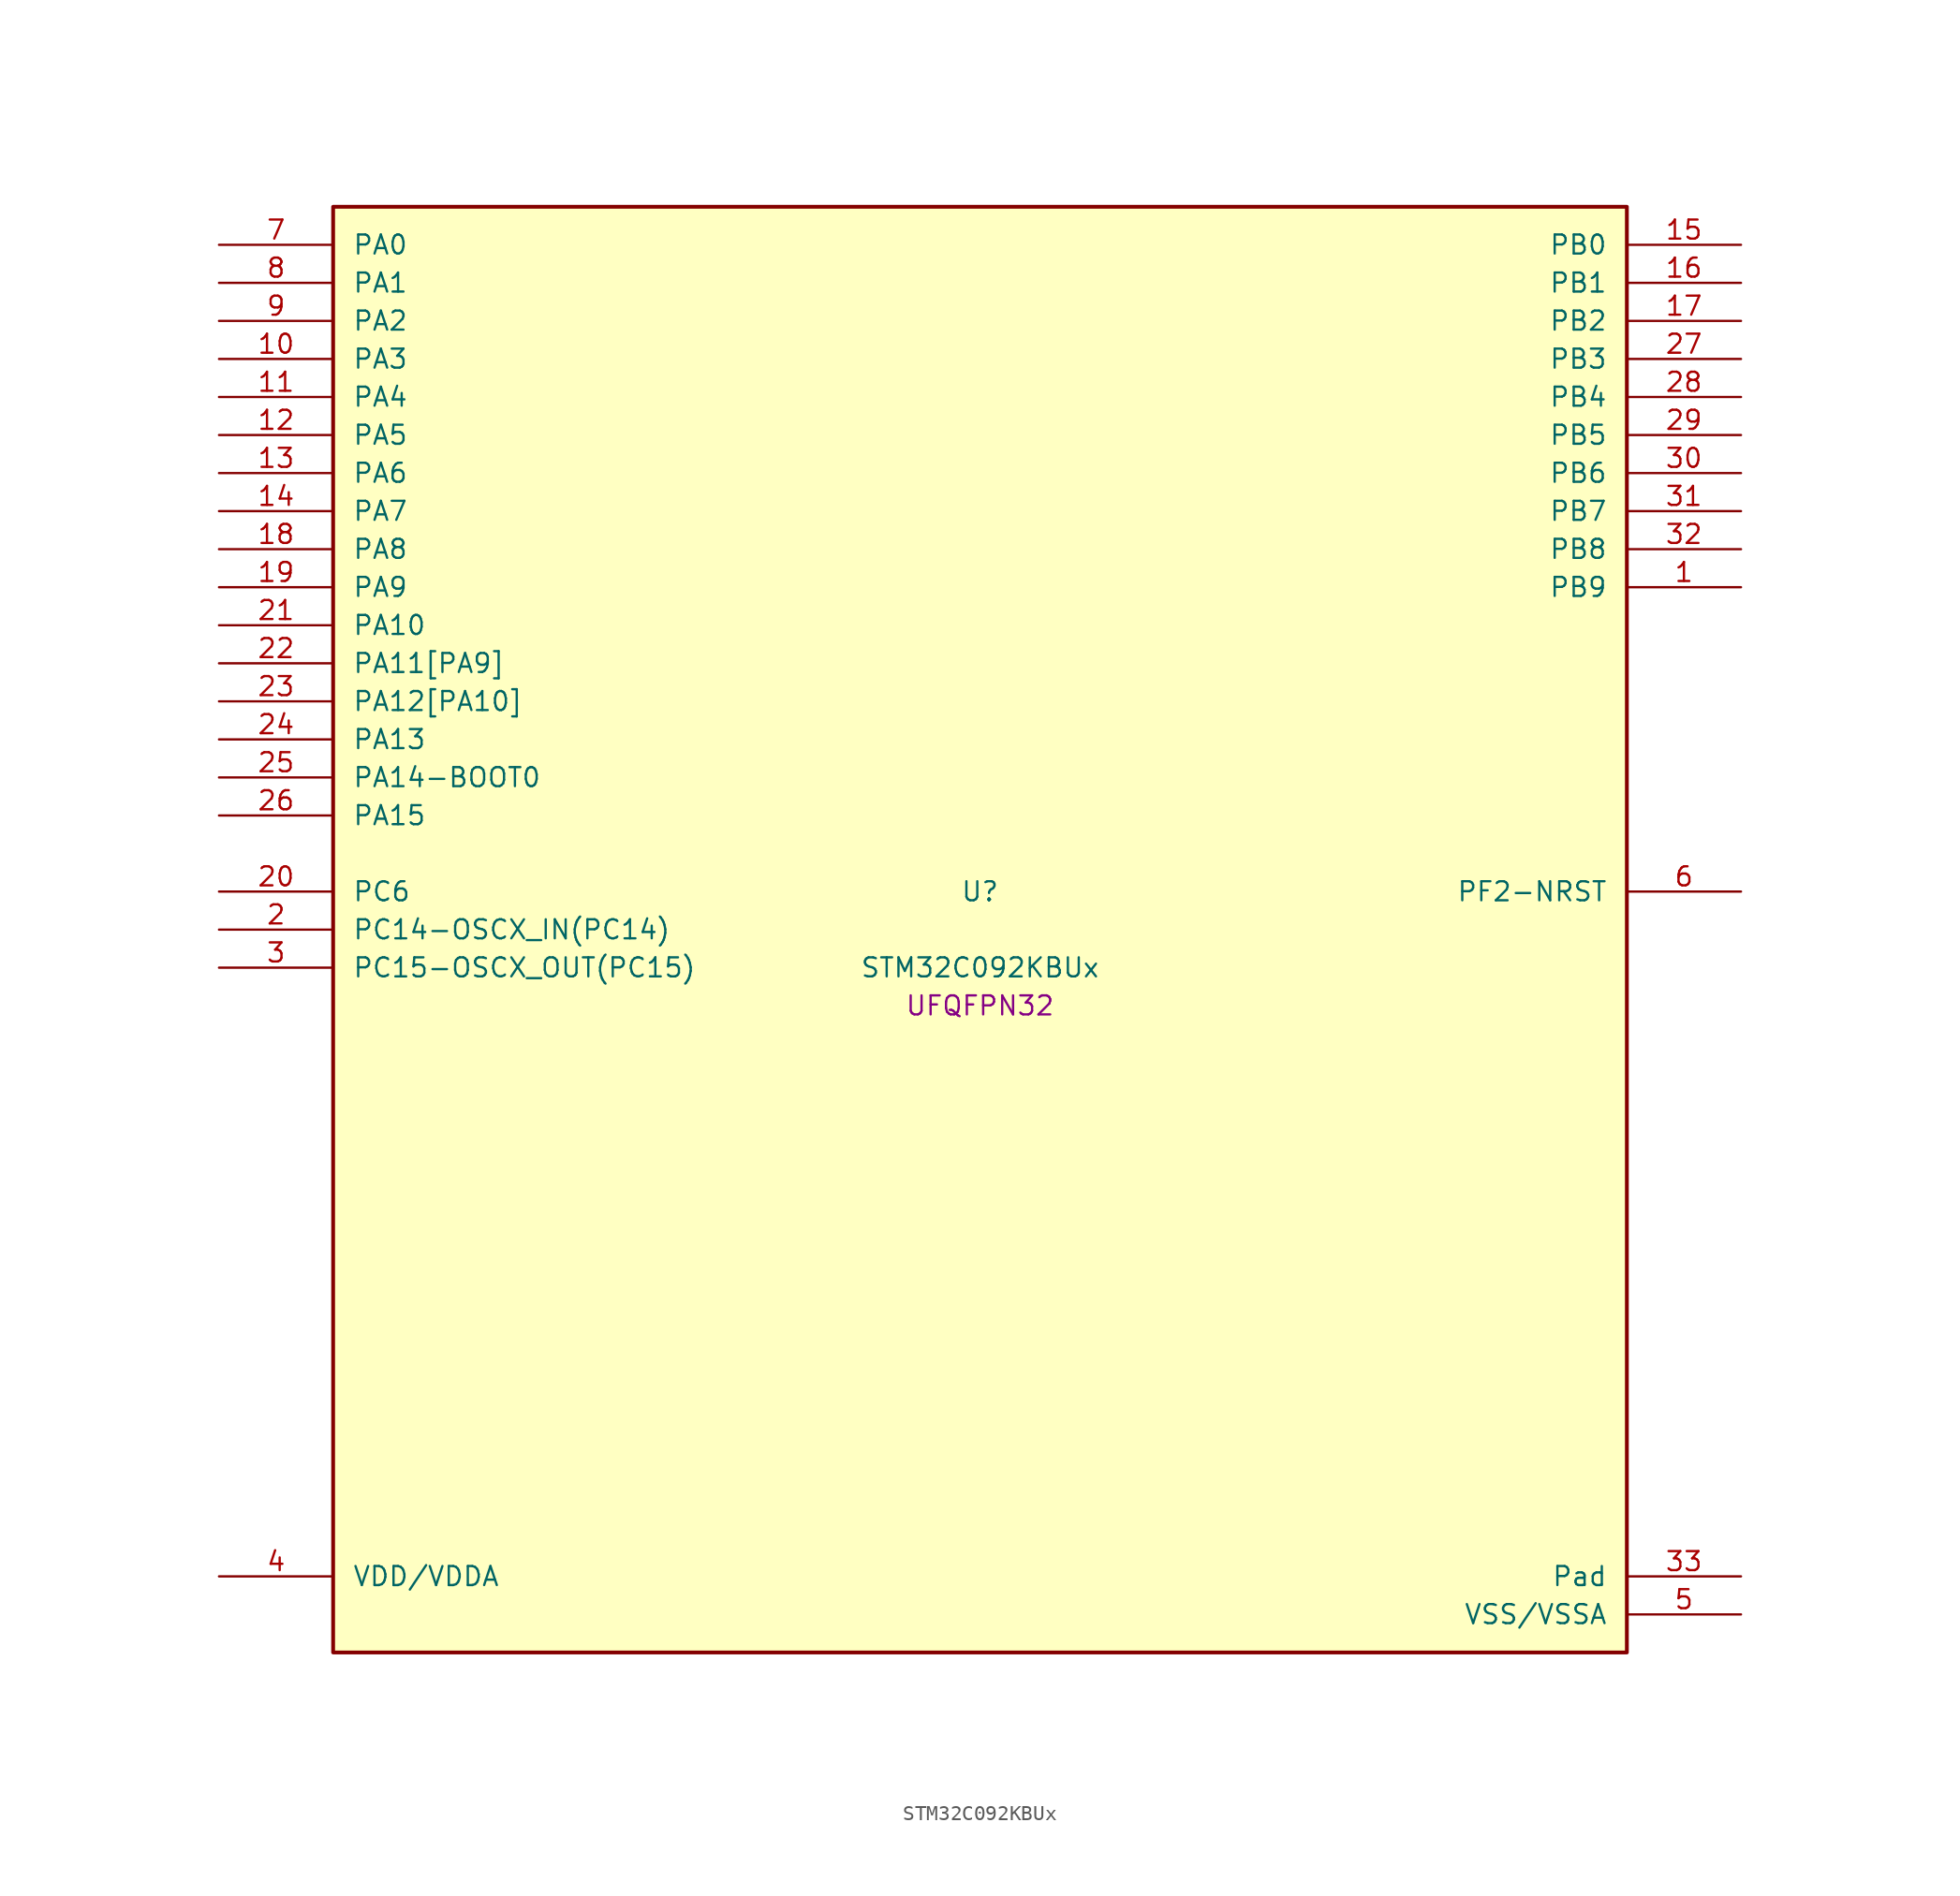
<source format=kicad_sym>
(kicad_symbol_lib
  (version 20241209)
  (generator "stm32_pkl_generator")
  (generator_version "1.0")
  (symbol "STM32C092KBUx"
    (pin_names
      (offset 1.27))
    (property "Reference" "U"
      (at 0 2.54 0))
    (property "Value" "STM32C092KBUx"
      (at 0 -2.54 0))
    (property "Footprint" "UFQFPN32"
      (at 0 -5.08 0))
    (symbol "STM32C092KBUx_1_1"
      (rectangle (start -43.18 48.26) (end 43.18 -48.26) (stroke (width 0.254) (type solid)) (fill (type background)))
      (pin bidirectional line (at -50.8 45.72 0) (length 7.62) (name "PA0") (number "7") (alternate "PA0/ADC1_IN0" bidirectional line) (alternate "PA0/PWR_WKUP1" bidirectional line) (alternate "PA0/SPI2_SCK" bidirectional line) (alternate "PA0/TIM16_CH1" bidirectional line) (alternate "PA0/TIM1_CH1" bidirectional line) (alternate "PA0/TIM2_CH1" bidirectional line) (alternate "PA0/TIM2_ETR" bidirectional line) (alternate "PA0/USART1_TX" bidirectional line) (alternate "PA0/USART2_CTS" bidirectional line) (alternate "PA0/USART2_NSS" bidirectional line) (alternate "PA0/USART4_TX" bidirectional line))
      (pin bidirectional line (at -50.8 43.18 0) (length 7.62) (name "PA1") (number "8") (alternate "PA1/ADC1_IN1" bidirectional line) (alternate "PA1/I2C1_SMBA" bidirectional line) (alternate "PA1/I2S1_CK" bidirectional line) (alternate "PA1/SPI1_SCK" bidirectional line) (alternate "PA1/TIM15_CH1N" bidirectional line) (alternate "PA1/TIM17_CH1" bidirectional line) (alternate "PA1/TIM1_CH2" bidirectional line) (alternate "PA1/TIM2_CH2" bidirectional line) (alternate "PA1/USART1_RX" bidirectional line) (alternate "PA1/USART2_CK" bidirectional line) (alternate "PA1/USART2_DE" bidirectional line) (alternate "PA1/USART2_RTS" bidirectional line) (alternate "PA1/USART4_RX" bidirectional line))
      (pin bidirectional line (at -50.8 40.64 0) (length 7.62) (name "PA2") (number "9") (alternate "PA2/ADC1_IN2" bidirectional line) (alternate "PA2/I2S1_SD" bidirectional line) (alternate "PA2/PWR_WKUP4" bidirectional line) (alternate "PA2/RCC_LSCO" bidirectional line) (alternate "PA2/SPI1_MOSI" bidirectional line) (alternate "PA2/TIM15_CH1" bidirectional line) (alternate "PA2/TIM16_CH1N" bidirectional line) (alternate "PA2/TIM1_CH3" bidirectional line) (alternate "PA2/TIM2_CH3" bidirectional line) (alternate "PA2/TIM3_ETR" bidirectional line) (alternate "PA2/USART2_TX" bidirectional line))
      (pin bidirectional line (at -50.8 38.1 0) (length 7.62) (name "PA3") (number "10") (alternate "PA3/ADC1_IN3" bidirectional line) (alternate "PA3/SPI2_MISO" bidirectional line) (alternate "PA3/TIM15_CH2" bidirectional line) (alternate "PA3/TIM1_CH1N" bidirectional line) (alternate "PA3/TIM1_CH4" bidirectional line) (alternate "PA3/TIM2_CH4" bidirectional line) (alternate "PA3/USART2_RX" bidirectional line))
      (pin bidirectional line (at -50.8 35.56 0) (length 7.62) (name "PA4") (number "11") (alternate "PA4/ADC1_IN4" bidirectional line) (alternate "PA4/I2S1_WS" bidirectional line) (alternate "PA4/PWR_WKUP2" bidirectional line) (alternate "PA4/RTC_OUT1" bidirectional line) (alternate "PA4/RTC_TS" bidirectional line) (alternate "PA4/SPI1_NSS" bidirectional line) (alternate "PA4/SPI2_MOSI" bidirectional line) (alternate "PA4/TIM14_CH1" bidirectional line) (alternate "PA4/TIM17_CH1N" bidirectional line) (alternate "PA4/TIM1_CH2N" bidirectional line) (alternate "PA4/USART2_TX" bidirectional line))
      (pin bidirectional line (at -50.8 33.02 0) (length 7.62) (name "PA5") (number "12") (alternate "PA5/ADC1_IN5" bidirectional line) (alternate "PA5/I2S1_CK" bidirectional line) (alternate "PA5/SPI1_SCK" bidirectional line) (alternate "PA5/TIM1_CH1" bidirectional line) (alternate "PA5/TIM1_CH3N" bidirectional line) (alternate "PA5/TIM2_CH1" bidirectional line) (alternate "PA5/TIM2_ETR" bidirectional line) (alternate "PA5/USART2_RX" bidirectional line) (alternate "PA5/USART3_TX" bidirectional line))
      (pin bidirectional line (at -50.8 30.48 0) (length 7.62) (name "PA6") (number "13") (alternate "PA6/ADC1_IN6" bidirectional line) (alternate "PA6/I2C2_SDA" bidirectional line) (alternate "PA6/I2S1_MCK" bidirectional line) (alternate "PA6/SPI1_MISO" bidirectional line) (alternate "PA6/TIM16_CH1" bidirectional line) (alternate "PA6/TIM1_BKIN" bidirectional line) (alternate "PA6/TIM3_CH1" bidirectional line) (alternate "PA6/USART3_CTS" bidirectional line) (alternate "PA6/USART3_NSS" bidirectional line))
      (pin bidirectional line (at -50.8 27.94 0) (length 7.62) (name "PA7") (number "14") (alternate "PA7/ADC1_IN7" bidirectional line) (alternate "PA7/I2C2_SCL" bidirectional line) (alternate "PA7/I2S1_SD" bidirectional line) (alternate "PA7/SPI1_MOSI" bidirectional line) (alternate "PA7/TIM14_CH1" bidirectional line) (alternate "PA7/TIM17_CH1" bidirectional line) (alternate "PA7/TIM1_CH1N" bidirectional line) (alternate "PA7/TIM3_CH2" bidirectional line))
      (pin bidirectional line (at -50.8 25.4 0) (length 7.62) (name "PA8") (number "18") (alternate "PA8/ADC1_IN8" bidirectional line) (alternate "PA8/I2S1_WS" bidirectional line) (alternate "PA8/RCC_MCO" bidirectional line) (alternate "PA8/RCC_MCO_2" bidirectional line) (alternate "PA8/SPI1_NSS" bidirectional line) (alternate "PA8/SPI2_MISO" bidirectional line) (alternate "PA8/SPI2_NSS" bidirectional line) (alternate "PA8/TIM14_CH1" bidirectional line) (alternate "PA8/TIM1_CH1" bidirectional line) (alternate "PA8/TIM1_CH2N" bidirectional line) (alternate "PA8/TIM1_CH3N" bidirectional line) (alternate "PA8/TIM3_CH3" bidirectional line) (alternate "PA8/TIM3_CH4" bidirectional line) (alternate "PA8/USART1_RX" bidirectional line) (alternate "PA8/USART2_TX" bidirectional line))
      (pin bidirectional line (at -50.8 22.86 0) (length 7.62) (name "PA9") (number "19") (alternate "PA9/I2C1_SCL" bidirectional line) (alternate "PA9/I2C2_SCL" bidirectional line) (alternate "PA9/RCC_MCO" bidirectional line) (alternate "PA9/SPI2_MISO" bidirectional line) (alternate "PA9/TIM15_BKIN" bidirectional line) (alternate "PA9/TIM1_CH2" bidirectional line) (alternate "PA9/TIM3_ETR" bidirectional line) (alternate "PA9/USART1_TX" bidirectional line) (alternate "PA9/NC" bidirectional line))
      (pin bidirectional line (at -50.8 20.32 0) (length 7.62) (name "PA10") (number "21") (alternate "PA10/I2C1_SDA" bidirectional line) (alternate "PA10/I2C2_SDA" bidirectional line) (alternate "PA10/RCC_MCO_2" bidirectional line) (alternate "PA10/SPI2_MOSI" bidirectional line) (alternate "PA10/TIM17_BKIN" bidirectional line) (alternate "PA10/TIM1_CH3" bidirectional line) (alternate "PA10/USART1_RX" bidirectional line) (alternate "PA10/NC" bidirectional line))
      (pin bidirectional line (at -50.8 17.78 0) (length 7.62) (name "PA11[PA9]") (number "22") (alternate "PA11[PA9]/ADC1_EXTI11" bidirectional line) (alternate "PA11[PA9]/FDCAN1_RX" bidirectional line) (alternate "PA11[PA9]/I2C2_SCL" bidirectional line) (alternate "PA11[PA9]/I2S1_MCK" bidirectional line) (alternate "PA11[PA9]/SPI1_MISO" bidirectional line) (alternate "PA11[PA9]/TIM1_BKIN2" bidirectional line) (alternate "PA11[PA9]/TIM1_CH4" bidirectional line) (alternate "PA11[PA9]/USART1_CTS" bidirectional line) (alternate "PA11[PA9]/USART1_NSS" bidirectional line) (alternate "PA11[PA9]/PA9[PA11]" bidirectional line) (alternate "PA11[PA9]/I2C1_SCL" bidirectional line) (alternate "PA11[PA9]/RCC_MCO" bidirectional line) (alternate "PA11[PA9]/SPI2_MISO" bidirectional line) (alternate "PA11[PA9]/TIM15_BKIN" bidirectional line) (alternate "PA11[PA9]/TIM1_CH2" bidirectional line) (alternate "PA11[PA9]/TIM3_ETR" bidirectional line) (alternate "PA11[PA9]/USART1_TX" bidirectional line))
      (pin bidirectional line (at -50.8 15.24 0) (length 7.62) (name "PA12[PA10]") (number "23") (alternate "PA12[PA10]/FDCAN1_TX" bidirectional line) (alternate "PA12[PA10]/I2C2_SDA" bidirectional line) (alternate "PA12[PA10]/I2S1_SD" bidirectional line) (alternate "PA12[PA10]/I2S_CKIN" bidirectional line) (alternate "PA12[PA10]/SPI1_MOSI" bidirectional line) (alternate "PA12[PA10]/TIM1_ETR" bidirectional line) (alternate "PA12[PA10]/USART1_CK" bidirectional line) (alternate "PA12[PA10]/USART1_DE" bidirectional line) (alternate "PA12[PA10]/USART1_RTS" bidirectional line) (alternate "PA12[PA10]/PA10[PA12]" bidirectional line) (alternate "PA12[PA10]/I2C1_SDA" bidirectional line) (alternate "PA12[PA10]/RCC_MCO_2" bidirectional line) (alternate "PA12[PA10]/SPI2_MOSI" bidirectional line) (alternate "PA12[PA10]/TIM17_BKIN" bidirectional line) (alternate "PA12[PA10]/TIM1_CH3" bidirectional line) (alternate "PA12[PA10]/USART1_RX" bidirectional line))
      (pin bidirectional line (at -50.8 12.7 0) (length 7.62) (name "PA13") (number "24") (alternate "PA13/ADC1_IN13" bidirectional line) (alternate "PA13/DEBUG_SWDIO" bidirectional line) (alternate "PA13/IR_OUT" bidirectional line) (alternate "PA13/TIM3_ETR" bidirectional line) (alternate "PA13/USART2_RX" bidirectional line))
      (pin bidirectional line (at -50.8 10.16 0) (length 7.62) (name "PA14-BOOT0") (number "25") (alternate "PA14-BOOT0/ADC1_IN14" bidirectional line) (alternate "PA14-BOOT0/BOOT0" bidirectional line) (alternate "PA14-BOOT0/DEBUG_SWCLK" bidirectional line) (alternate "PA14-BOOT0/I2S1_WS" bidirectional line) (alternate "PA14-BOOT0/RCC_MCO_2" bidirectional line) (alternate "PA14-BOOT0/SPI1_NSS" bidirectional line) (alternate "PA14-BOOT0/TIM1_CH1" bidirectional line) (alternate "PA14-BOOT0/USART1_CK" bidirectional line) (alternate "PA14-BOOT0/USART1_DE" bidirectional line) (alternate "PA14-BOOT0/USART1_RTS" bidirectional line) (alternate "PA14-BOOT0/USART2_RX" bidirectional line) (alternate "PA14-BOOT0/USART2_TX" bidirectional line))
      (pin bidirectional line (at -50.8 7.62 0) (length 7.62) (name "PA15") (number "26") (alternate "PA15/I2S1_WS" bidirectional line) (alternate "PA15/RCC_MCO_2" bidirectional line) (alternate "PA15/SPI1_NSS" bidirectional line) (alternate "PA15/TIM1_CH1" bidirectional line) (alternate "PA15/TIM2_CH1" bidirectional line) (alternate "PA15/TIM2_ETR" bidirectional line) (alternate "PA15/USART1_CK" bidirectional line) (alternate "PA15/USART1_DE" bidirectional line) (alternate "PA15/USART1_RTS" bidirectional line) (alternate "PA15/USART2_RX" bidirectional line) (alternate "PA15/USART3_CK" bidirectional line) (alternate "PA15/USART3_DE" bidirectional line) (alternate "PA15/USART3_RTS" bidirectional line) (alternate "PA15/USART4_CK" bidirectional line) (alternate "PA15/USART4_DE" bidirectional line) (alternate "PA15/USART4_RTS" bidirectional line))
      (pin bidirectional line (at 50.8 45.72 180) (length 7.62) (name "PB0") (number "15") (alternate "PB0/ADC1_IN17" bidirectional line) (alternate "PB0/FDCAN1_RX" bidirectional line) (alternate "PB0/I2S1_WS" bidirectional line) (alternate "PB0/SPI1_NSS" bidirectional line) (alternate "PB0/TIM1_CH2N" bidirectional line) (alternate "PB0/TIM3_CH3" bidirectional line) (alternate "PB0/USART3_RX" bidirectional line))
      (pin bidirectional line (at 50.8 43.18 180) (length 7.62) (name "PB1") (number "16") (alternate "PB1/ADC1_IN18" bidirectional line) (alternate "PB1/FDCAN1_TX" bidirectional line) (alternate "PB1/TIM14_CH1" bidirectional line) (alternate "PB1/TIM1_CH2N" bidirectional line) (alternate "PB1/TIM1_CH3N" bidirectional line) (alternate "PB1/TIM3_CH4" bidirectional line) (alternate "PB1/USART3_CK" bidirectional line) (alternate "PB1/USART3_DE" bidirectional line) (alternate "PB1/USART3_RTS" bidirectional line))
      (pin bidirectional line (at 50.8 40.64 180) (length 7.62) (name "PB2") (number "17") (alternate "PB2/ADC1_IN19" bidirectional line) (alternate "PB2/RCC_MCO_2" bidirectional line) (alternate "PB2/SPI2_MISO" bidirectional line) (alternate "PB2/USART1_RX" bidirectional line) (alternate "PB2/USART3_TX" bidirectional line))
      (pin bidirectional line (at 50.8 38.1 180) (length 7.62) (name "PB3") (number "27") (alternate "PB3/I2C2_SCL" bidirectional line) (alternate "PB3/I2S1_CK" bidirectional line) (alternate "PB3/SPI1_SCK" bidirectional line) (alternate "PB3/TIM1_CH2" bidirectional line) (alternate "PB3/TIM2_CH2" bidirectional line) (alternate "PB3/TIM3_CH2" bidirectional line) (alternate "PB3/USART1_CK" bidirectional line) (alternate "PB3/USART1_DE" bidirectional line) (alternate "PB3/USART1_RTS" bidirectional line))
      (pin bidirectional line (at 50.8 35.56 180) (length 7.62) (name "PB4") (number "28") (alternate "PB4/I2C2_SDA" bidirectional line) (alternate "PB4/I2S1_MCK" bidirectional line) (alternate "PB4/SPI1_MISO" bidirectional line) (alternate "PB4/TIM17_BKIN" bidirectional line) (alternate "PB4/TIM3_CH1" bidirectional line) (alternate "PB4/USART1_CTS" bidirectional line) (alternate "PB4/USART1_NSS" bidirectional line))
      (pin bidirectional line (at 50.8 33.02 180) (length 7.62) (name "PB5") (number "29") (alternate "PB5/FDCAN1_RX" bidirectional line) (alternate "PB5/I2C1_SMBA" bidirectional line) (alternate "PB5/I2S1_SD" bidirectional line) (alternate "PB5/PWR_WKUP6" bidirectional line) (alternate "PB5/SPI1_MOSI" bidirectional line) (alternate "PB5/TIM16_BKIN" bidirectional line) (alternate "PB5/TIM3_CH2" bidirectional line) (alternate "PB5/TIM3_CH3" bidirectional line))
      (pin bidirectional line (at 50.8 30.48 180) (length 7.62) (name "PB6") (number "30") (alternate "PB6/FDCAN1_TX" bidirectional line) (alternate "PB6/I2C1_SCL" bidirectional line) (alternate "PB6/I2C1_SMBA" bidirectional line) (alternate "PB6/I2S1_CK" bidirectional line) (alternate "PB6/I2S1_MCK" bidirectional line) (alternate "PB6/I2S1_SD" bidirectional line) (alternate "PB6/PWR_WKUP3" bidirectional line) (alternate "PB6/SPI1_MISO" bidirectional line) (alternate "PB6/SPI1_MOSI" bidirectional line) (alternate "PB6/SPI1_SCK" bidirectional line) (alternate "PB6/SPI2_MISO" bidirectional line) (alternate "PB6/TIM16_BKIN" bidirectional line) (alternate "PB6/TIM16_CH1N" bidirectional line) (alternate "PB6/TIM1_CH2" bidirectional line) (alternate "PB6/TIM1_CH3" bidirectional line) (alternate "PB6/TIM3_CH1" bidirectional line) (alternate "PB6/TIM3_CH2" bidirectional line) (alternate "PB6/TIM3_CH3" bidirectional line) (alternate "PB6/USART1_CTS" bidirectional line) (alternate "PB6/USART1_NSS" bidirectional line) (alternate "PB6/USART1_TX" bidirectional line))
      (pin bidirectional line (at 50.8 27.94 180) (length 7.62) (name "PB7") (number "31") (alternate "PB7/I2C1_SCL" bidirectional line) (alternate "PB7/I2C1_SDA" bidirectional line) (alternate "PB7/RTC_REFIN" bidirectional line) (alternate "PB7/SPI2_MOSI" bidirectional line) (alternate "PB7/TIM16_CH1" bidirectional line) (alternate "PB7/TIM17_CH1N" bidirectional line) (alternate "PB7/TIM1_CH4" bidirectional line) (alternate "PB7/TIM3_CH1" bidirectional line) (alternate "PB7/TIM3_CH4" bidirectional line) (alternate "PB7/USART1_RX" bidirectional line) (alternate "PB7/USART2_CTS" bidirectional line) (alternate "PB7/USART2_NSS" bidirectional line) (alternate "PB7/USART4_CTS" bidirectional line) (alternate "PB7/USART4_NSS" bidirectional line))
      (pin bidirectional line (at 50.8 25.4 180) (length 7.62) (name "PB8") (number "32") (alternate "PB8/FDCAN1_RX" bidirectional line) (alternate "PB8/I2C1_SCL" bidirectional line) (alternate "PB8/SPI2_SCK" bidirectional line) (alternate "PB8/TIM15_BKIN" bidirectional line) (alternate "PB8/TIM16_CH1" bidirectional line) (alternate "PB8/TIM3_CH1" bidirectional line) (alternate "PB8/USART2_CTS" bidirectional line) (alternate "PB8/USART2_NSS" bidirectional line) (alternate "PB8/USART3_TX" bidirectional line))
      (pin bidirectional line (at 50.8 22.86 180) (length 7.62) (name "PB9") (number "1") (alternate "PB9/FDCAN1_TX" bidirectional line) (alternate "PB9/I2C1_SDA" bidirectional line) (alternate "PB9/IR_OUT" bidirectional line) (alternate "PB9/SPI2_NSS" bidirectional line) (alternate "PB9/TIM17_CH1" bidirectional line) (alternate "PB9/TIM3_CH2" bidirectional line) (alternate "PB9/USART2_CK" bidirectional line) (alternate "PB9/USART2_DE" bidirectional line) (alternate "PB9/USART2_RTS" bidirectional line) (alternate "PB9/USART3_RX" bidirectional line))
      (pin bidirectional line (at -50.8 2.54 0) (length 7.62) (name "PC6") (number "20") (alternate "PC6/TIM2_CH3" bidirectional line) (alternate "PC6/TIM3_CH1" bidirectional line))
      (pin bidirectional line (at -50.8 0 0) (length 7.62) (name "PC14-OSCX_IN(PC14)") (number "2") (alternate "PC14-OSCX_IN(PC14)/FDCAN1_TX" bidirectional line) (alternate "PC14-OSCX_IN(PC14)/I2C1_SDA" bidirectional line) (alternate "PC14-OSCX_IN(PC14)/IR_OUT" bidirectional line) (alternate "PC14-OSCX_IN(PC14)/RCC_OSCX_IN" bidirectional line) (alternate "PC14-OSCX_IN(PC14)/SPI2_NSS" bidirectional line) (alternate "PC14-OSCX_IN(PC14)/TIM17_CH1" bidirectional line) (alternate "PC14-OSCX_IN(PC14)/TIM1_BKIN2" bidirectional line) (alternate "PC14-OSCX_IN(PC14)/TIM1_ETR" bidirectional line) (alternate "PC14-OSCX_IN(PC14)/TIM3_CH2" bidirectional line) (alternate "PC14-OSCX_IN(PC14)/USART1_TX" bidirectional line) (alternate "PC14-OSCX_IN(PC14)/USART2_CK" bidirectional line) (alternate "PC14-OSCX_IN(PC14)/USART2_DE" bidirectional line) (alternate "PC14-OSCX_IN(PC14)/USART2_RTS" bidirectional line) (alternate "PC14-OSCX_IN(PC14)/USART3_TX" bidirectional line))
      (pin bidirectional line (at -50.8 -2.54 0) (length 7.62) (name "PC15-OSCX_OUT(PC15)") (number "3") (alternate "PC15-OSCX_OUT(PC15)/RCC_OSC32_EN" bidirectional line) (alternate "PC15-OSCX_OUT(PC15)/RCC_OSCX_OUT" bidirectional line) (alternate "PC15-OSCX_OUT(PC15)/RCC_OSC_EN" bidirectional line) (alternate "PC15-OSCX_OUT(PC15)/TIM15_BKIN" bidirectional line) (alternate "PC15-OSCX_OUT(PC15)/TIM1_ETR" bidirectional line) (alternate "PC15-OSCX_OUT(PC15)/TIM3_CH3" bidirectional line))
      (pin bidirectional line (at 50.8 2.54 180) (length 7.62) (name "PF2-NRST") (number "6") (alternate "PF2-NRST/RCC_MCO" bidirectional line) (alternate "PF2-NRST/TIM1_CH4" bidirectional line))
      (pin power_in line (at -50.8 -43.18 0) (length 7.62) (name "VDD/VDDA") (number "4"))
      (pin passive line (at 50.8 -43.18 180) (length 7.62) (name "Pad") (number "33"))
      (pin power_in line (at 50.8 -45.72 180) (length 7.62) (name "VSS/VSSA") (number "5")))))
</source>
